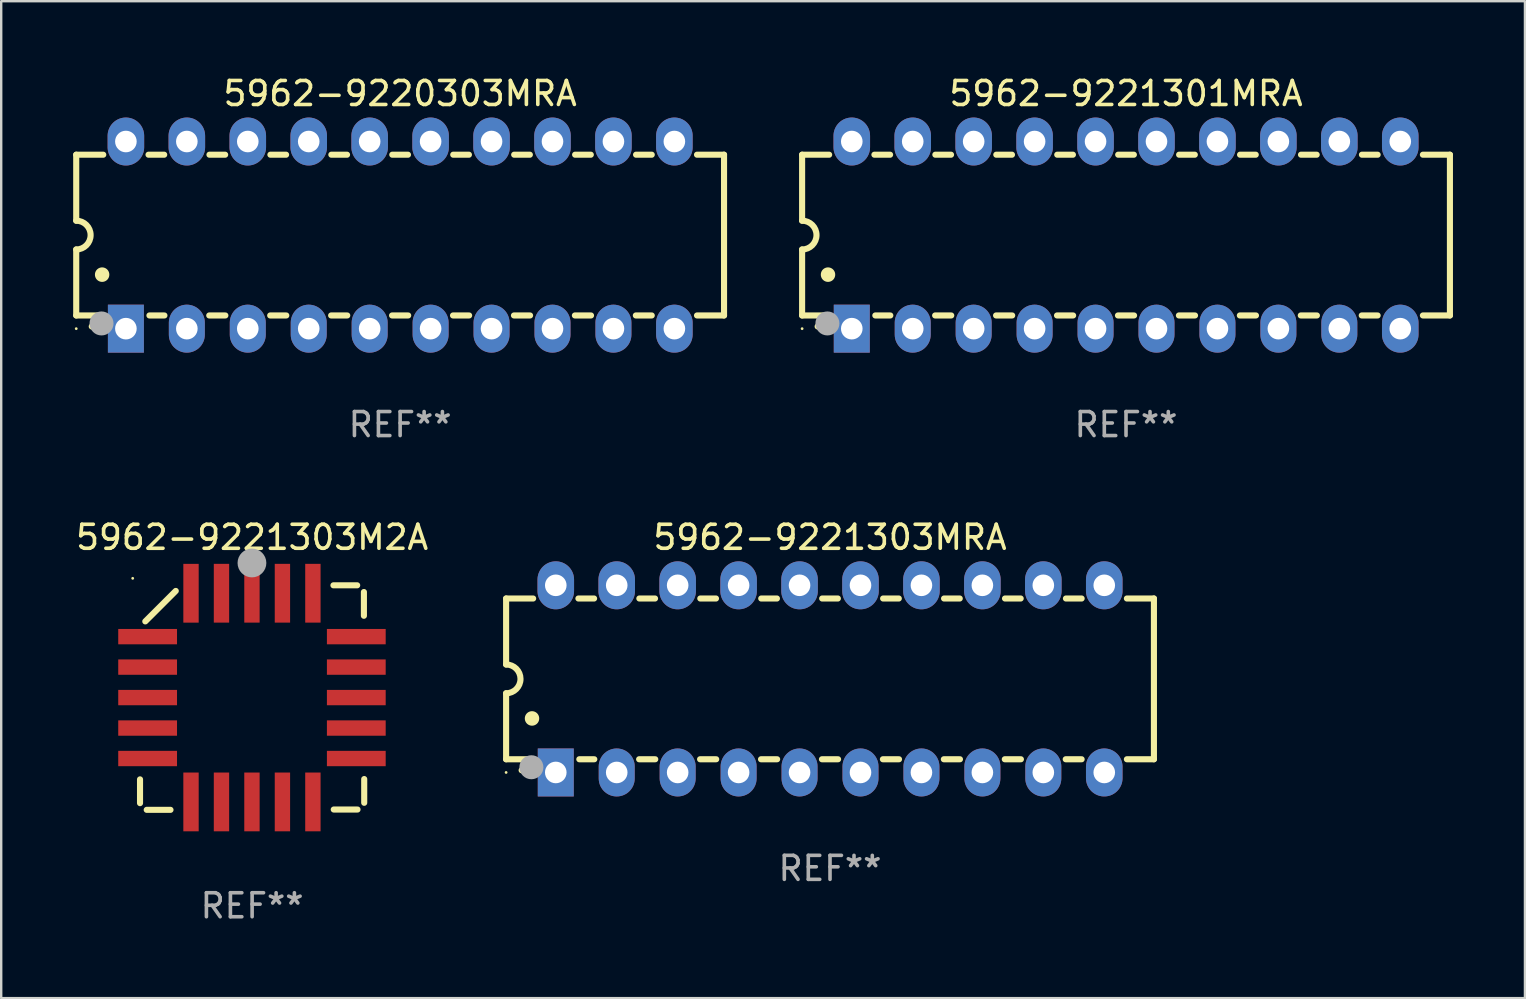
<source format=kicad_pcb>
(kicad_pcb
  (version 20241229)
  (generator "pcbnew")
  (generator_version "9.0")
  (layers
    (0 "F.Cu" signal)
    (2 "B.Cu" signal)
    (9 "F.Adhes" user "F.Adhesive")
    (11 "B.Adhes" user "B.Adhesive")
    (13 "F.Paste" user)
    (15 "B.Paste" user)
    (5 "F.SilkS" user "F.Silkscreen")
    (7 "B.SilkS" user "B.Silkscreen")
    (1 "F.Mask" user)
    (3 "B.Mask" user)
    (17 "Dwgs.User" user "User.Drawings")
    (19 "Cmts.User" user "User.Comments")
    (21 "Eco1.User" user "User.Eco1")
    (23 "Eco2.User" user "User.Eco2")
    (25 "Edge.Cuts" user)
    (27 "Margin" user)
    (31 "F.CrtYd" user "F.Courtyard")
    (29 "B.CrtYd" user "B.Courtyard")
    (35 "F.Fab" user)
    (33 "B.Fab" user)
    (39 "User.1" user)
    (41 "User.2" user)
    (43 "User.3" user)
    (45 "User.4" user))
  (footprint "5962-9221303M2A"
    (layer "F.Cu")
    (at 7.458 26.024)
    (property "Reference" "5962-9221303M2A" (at 0 -6.679 0) (layer "F.SilkS") (effects (font (size 1 1) (thickness 0.15))))
    (attr through_hole)
    (fp_line (start -4.672 4.4) (end -4.672 3.409) (stroke (width 0.254) (type solid)) (layer "F.SilkS"))
    (fp_line (start -4.452 -3.175) (end -3.182 -4.445) (stroke (width 0.254) (type solid)) (layer "F.SilkS"))
    (fp_line (start -4.393 4.679) (end -3.402 4.679) (stroke (width 0.254) (type solid)) (layer "F.SilkS"))
    (fp_line (start 4.379 -4.679) (end 3.389 -4.679) (stroke (width 0.254) (type solid)) (layer "F.SilkS"))
    (fp_line (start 4.393 4.666) (end 3.402 4.666) (stroke (width 0.254) (type solid)) (layer "F.SilkS"))
    (fp_line (start 4.659 -4.4) (end 4.659 -3.409) (stroke (width 0.254) (type solid)) (layer "F.SilkS"))
    (fp_line (start 4.672 4.386) (end 4.672 3.396) (stroke (width 0.254) (type solid)) (layer "F.SilkS"))
    (fp_arc (start 0.089827 -5.759969) (mid 0.097662 -5.803742) (end 0.120307 -5.842012) (stroke (width 0.249936) (type solid)) (layer "F.SilkS"))
    (fp_circle (center -4.977 -4.97) (end -4.947 -4.97) (stroke (width 0.06) (type solid)) (fill no) (layer "F.SilkS"))
    (fp_circle (center -0.007 -5.61) (end 0.293 -5.61) (stroke (width 0.6) (type solid)) (fill no) (layer "F.Fab"))
    (fp_text user "REF**" (at 0 8.679 0) (layer "F.Fab") (effects (font (size 1 1) (thickness 0.15))))
    (pad "1" smd rect (at -0.007 -4.349) (size 0.64 2.45) (layers "F.Cu" "F.Mask" "F.Paste"))
    (pad "2" smd rect (at -1.277 -4.349) (size 0.64 2.45) (layers "F.Cu" "F.Mask" "F.Paste"))
    (pad "3" smd rect (at -2.547 -4.348) (size 0.64 2.45) (layers "F.Cu" "F.Mask" "F.Paste"))
    (pad "4" smd rect (at -4.355 -2.54) (size 2.45 0.64) (layers "F.Cu" "F.Mask" "F.Paste"))
    (pad "5" smd rect (at -4.355 -1.27) (size 2.45 0.64) (layers "F.Cu" "F.Mask" "F.Paste"))
    (pad "6" smd rect (at -4.355 0) (size 2.45 0.64) (layers "F.Cu" "F.Mask" "F.Paste"))
    (pad "7" smd rect (at -4.355 1.27) (size 2.45 0.64) (layers "F.Cu" "F.Mask" "F.Paste"))
    (pad "8" smd rect (at -4.355 2.54) (size 2.45 0.64) (layers "F.Cu" "F.Mask" "F.Paste"))
    (pad "9" smd rect (at -2.547 4.349) (size 0.64 2.45) (layers "F.Cu" "F.Mask" "F.Paste"))
    (pad "10" smd rect (at -1.277 4.349) (size 0.64 2.45) (layers "F.Cu" "F.Mask" "F.Paste"))
    (pad "11" smd rect (at -0.007 4.349) (size 0.64 2.45) (layers "F.Cu" "F.Mask" "F.Paste"))
    (pad "12" smd rect (at 1.263 4.349) (size 0.64 2.45) (layers "F.Cu" "F.Mask" "F.Paste"))
    (pad "13" smd rect (at 2.533 4.349) (size 0.64 2.45) (layers "F.Cu" "F.Mask" "F.Paste"))
    (pad "14" smd rect (at 4.342 2.54) (size 2.45 0.64) (layers "F.Cu" "F.Mask" "F.Paste"))
    (pad "15" smd rect (at 4.342 1.27) (size 2.45 0.64) (layers "F.Cu" "F.Mask" "F.Paste"))
    (pad "16" smd rect (at 4.342 0) (size 2.45 0.64) (layers "F.Cu" "F.Mask" "F.Paste"))
    (pad "17" smd rect (at 4.342 -1.27) (size 2.45 0.64) (layers "F.Cu" "F.Mask" "F.Paste"))
    (pad "18" smd rect (at 4.342 -2.54) (size 2.45 0.64) (layers "F.Cu" "F.Mask" "F.Paste"))
    (pad "19" smd rect (at 2.533 -4.349) (size 0.64 2.45) (layers "F.Cu" "F.Mask" "F.Paste"))
    (pad "20" smd rect (at 1.263 -4.349) (size 0.64 2.45) (layers "F.Cu" "F.Mask" "F.Paste")))
  (footprint "5962-9220303MRA"
    (layer "F.Cu")
    (at 13.627 6.748)
    (property "Reference" "5962-9220303MRA" (at 0 -5.9 0) (layer "F.SilkS") (effects (font (size 1 1) (thickness 0.15))))
    (attr through_hole)
    (fp_line (start -13.5 -3.35) (end -12.373 -3.35) (stroke (width 0.254) (type solid)) (layer "F.SilkS"))
    (fp_line (start -13.5 -0.6) (end -13.5 -3.35) (stroke (width 0.254) (type solid)) (layer "F.SilkS"))
    (fp_line (start -13.5 3.35) (end -13.5 0.6) (stroke (width 0.254) (type solid)) (layer "F.SilkS"))
    (fp_line (start -13.5 3.35) (end -12.411 3.35) (stroke (width 0.254) (type solid)) (layer "F.SilkS"))
    (fp_line (start -10.487 -3.35) (end -9.833 -3.35) (stroke (width 0.254) (type solid)) (layer "F.SilkS"))
    (fp_line (start -10.449 3.35) (end -9.824 3.35) (stroke (width 0.254) (type solid)) (layer "F.SilkS"))
    (fp_line (start -7.956 3.35) (end -7.284 3.35) (stroke (width 0.254) (type solid)) (layer "F.SilkS"))
    (fp_line (start -7.947 -3.35) (end -7.293 -3.35) (stroke (width 0.254) (type solid)) (layer "F.SilkS"))
    (fp_line (start -5.416 3.35) (end -4.744 3.35) (stroke (width 0.254) (type solid)) (layer "F.SilkS"))
    (fp_line (start -5.407 -3.35) (end -4.753 -3.35) (stroke (width 0.254) (type solid)) (layer "F.SilkS"))
    (fp_line (start -2.876 3.35) (end -2.204 3.35) (stroke (width 0.254) (type solid)) (layer "F.SilkS"))
    (fp_line (start -2.867 -3.35) (end -2.213 -3.35) (stroke (width 0.254) (type solid)) (layer "F.SilkS"))
    (fp_line (start -0.336 3.35) (end 0.336 3.35) (stroke (width 0.254) (type solid)) (layer "F.SilkS"))
    (fp_line (start -0.327 -3.35) (end 0.327 -3.35) (stroke (width 0.254) (type solid)) (layer "F.SilkS"))
    (fp_line (start 2.204 3.35) (end 2.876 3.35) (stroke (width 0.254) (type solid)) (layer "F.SilkS"))
    (fp_line (start 2.213 -3.35) (end 2.867 -3.35) (stroke (width 0.254) (type solid)) (layer "F.SilkS"))
    (fp_line (start 4.744 3.35) (end 5.416 3.35) (stroke (width 0.254) (type solid)) (layer "F.SilkS"))
    (fp_line (start 4.753 -3.35) (end 5.407 -3.35) (stroke (width 0.254) (type solid)) (layer "F.SilkS"))
    (fp_line (start 7.284 3.35) (end 7.956 3.35) (stroke (width 0.254) (type solid)) (layer "F.SilkS"))
    (fp_line (start 7.293 -3.35) (end 7.947 -3.35) (stroke (width 0.254) (type solid)) (layer "F.SilkS"))
    (fp_line (start 9.824 3.35) (end 10.487 3.35) (stroke (width 0.254) (type solid)) (layer "F.SilkS"))
    (fp_line (start 9.833 -3.35) (end 10.487 -3.35) (stroke (width 0.254) (type solid)) (layer "F.SilkS"))
    (fp_line (start 12.373 -3.35) (end 13.5 -3.35) (stroke (width 0.254) (type solid)) (layer "F.SilkS"))
    (fp_line (start 12.373 3.35) (end 13.5 3.35) (stroke (width 0.254) (type solid)) (layer "F.SilkS"))
    (fp_line (start 13.5 -3.35) (end 13.5 3.35) (stroke (width 0.254) (type solid)) (layer "F.SilkS"))
    (fp_arc (start -13.500127 -0.599442) (mid -12.900406 0.000228) (end -13.500025 0.6) (stroke (width 0.254001) (type solid)) (layer "F.SilkS"))
    (fp_arc (start -12.854966 3.810008) (mid -12.854973 3.808738) (end -12.854966 3.807468) (stroke (width 0.25) (type solid)) (layer "F.SilkS"))
    (fp_arc (start -12.420625 1.651003) (mid -12.420636 1.648463) (end -12.420625 1.645923) (stroke (width 0.6) (type solid)) (layer "F.SilkS"))
    (fp_circle (center -13.5 3.9) (end -13.47 3.9) (stroke (width 0.06) (type solid)) (fill no) (layer "F.SilkS"))
    (fp_circle (center -12.446 3.683) (end -12.196 3.683) (stroke (width 0.5) (type solid)) (fill no) (layer "F.Fab"))
    (fp_text user "REF**" (at 0 7.9 0) (layer "F.Fab") (effects (font (size 1 1) (thickness 0.15))))
    (pad "1" thru_hole rect (at -11.43 3.9 90) (size 2 1.5) (drill 0.9) (layers "*.Cu" "*.Mask"))
    (pad "2" thru_hole oval (at -8.89 3.9 90) (size 2 1.5) (drill 0.9) (layers "*.Cu" "*.Mask"))
    (pad "3" thru_hole oval (at -6.35 3.9 90) (size 2 1.5) (drill 0.9) (layers "*.Cu" "*.Mask"))
    (pad "4" thru_hole oval (at -3.81 3.9 90) (size 2 1.5) (drill 0.9) (layers "*.Cu" "*.Mask"))
    (pad "5" thru_hole oval (at -1.27 3.9 90) (size 2 1.5) (drill 0.9) (layers "*.Cu" "*.Mask"))
    (pad "6" thru_hole oval (at 1.27 3.9 90) (size 2 1.5) (drill 0.9) (layers "*.Cu" "*.Mask"))
    (pad "7" thru_hole oval (at 3.81 3.9 90) (size 2 1.5) (drill 0.9) (layers "*.Cu" "*.Mask"))
    (pad "8" thru_hole oval (at 6.35 3.9 90) (size 2 1.5) (drill 0.9) (layers "*.Cu" "*.Mask"))
    (pad "9" thru_hole oval (at 8.89 3.9 90) (size 2 1.5) (drill 0.9) (layers "*.Cu" "*.Mask"))
    (pad "10" thru_hole oval (at 11.43 3.9 90) (size 2 1.524) (drill 0.9) (layers "*.Cu" "*.Mask"))
    (pad "11" thru_hole oval (at 11.43 -3.9 90) (size 2 1.524) (drill 0.9) (layers "*.Cu" "*.Mask"))
    (pad "12" thru_hole oval (at 8.89 -3.9 90) (size 2 1.524) (drill 0.9) (layers "*.Cu" "*.Mask"))
    (pad "13" thru_hole oval (at 6.35 -3.9 90) (size 2 1.524) (drill 0.9) (layers "*.Cu" "*.Mask"))
    (pad "14" thru_hole oval (at 3.81 -3.9 90) (size 2 1.524) (drill 0.9) (layers "*.Cu" "*.Mask"))
    (pad "15" thru_hole oval (at 1.27 -3.9 90) (size 2 1.524) (drill 0.9) (layers "*.Cu" "*.Mask"))
    (pad "16" thru_hole oval (at -1.27 -3.9 90) (size 2 1.524) (drill 0.9) (layers "*.Cu" "*.Mask"))
    (pad "17" thru_hole oval (at -3.81 -3.9 90) (size 2 1.524) (drill 0.9) (layers "*.Cu" "*.Mask"))
    (pad "18" thru_hole oval (at -6.35 -3.9 90) (size 2 1.524) (drill 0.9) (layers "*.Cu" "*.Mask"))
    (pad "19" thru_hole oval (at -8.89 -3.9 90) (size 2 1.524) (drill 0.9) (layers "*.Cu" "*.Mask"))
    (pad "20" thru_hole oval (at -11.43 -3.9 90) (size 2 1.524) (drill 0.9) (layers "*.Cu" "*.Mask")))
  (footprint "5962-9221303MRA"
    (layer "F.Cu")
    (at 31.544 25.245)
    (property "Reference" "5962-9221303MRA" (at 0 -5.9 0) (layer "F.SilkS") (effects (font (size 1 1) (thickness 0.15))))
    (attr through_hole)
    (fp_line (start -13.5 -3.35) (end -12.373 -3.35) (stroke (width 0.254) (type solid)) (layer "F.SilkS"))
    (fp_line (start -13.5 -0.6) (end -13.5 -3.35) (stroke (width 0.254) (type solid)) (layer "F.SilkS"))
    (fp_line (start -13.5 3.35) (end -13.5 0.6) (stroke (width 0.254) (type solid)) (layer "F.SilkS"))
    (fp_line (start -13.5 3.35) (end -12.411 3.35) (stroke (width 0.254) (type solid)) (layer "F.SilkS"))
    (fp_line (start -10.487 -3.35) (end -9.833 -3.35) (stroke (width 0.254) (type solid)) (layer "F.SilkS"))
    (fp_line (start -10.449 3.35) (end -9.824 3.35) (stroke (width 0.254) (type solid)) (layer "F.SilkS"))
    (fp_line (start -7.956 3.35) (end -7.284 3.35) (stroke (width 0.254) (type solid)) (layer "F.SilkS"))
    (fp_line (start -7.947 -3.35) (end -7.293 -3.35) (stroke (width 0.254) (type solid)) (layer "F.SilkS"))
    (fp_line (start -5.416 3.35) (end -4.744 3.35) (stroke (width 0.254) (type solid)) (layer "F.SilkS"))
    (fp_line (start -5.407 -3.35) (end -4.753 -3.35) (stroke (width 0.254) (type solid)) (layer "F.SilkS"))
    (fp_line (start -2.876 3.35) (end -2.204 3.35) (stroke (width 0.254) (type solid)) (layer "F.SilkS"))
    (fp_line (start -2.867 -3.35) (end -2.213 -3.35) (stroke (width 0.254) (type solid)) (layer "F.SilkS"))
    (fp_line (start -0.336 3.35) (end 0.336 3.35) (stroke (width 0.254) (type solid)) (layer "F.SilkS"))
    (fp_line (start -0.327 -3.35) (end 0.327 -3.35) (stroke (width 0.254) (type solid)) (layer "F.SilkS"))
    (fp_line (start 2.204 3.35) (end 2.876 3.35) (stroke (width 0.254) (type solid)) (layer "F.SilkS"))
    (fp_line (start 2.213 -3.35) (end 2.867 -3.35) (stroke (width 0.254) (type solid)) (layer "F.SilkS"))
    (fp_line (start 4.744 3.35) (end 5.416 3.35) (stroke (width 0.254) (type solid)) (layer "F.SilkS"))
    (fp_line (start 4.753 -3.35) (end 5.407 -3.35) (stroke (width 0.254) (type solid)) (layer "F.SilkS"))
    (fp_line (start 7.284 3.35) (end 7.956 3.35) (stroke (width 0.254) (type solid)) (layer "F.SilkS"))
    (fp_line (start 7.293 -3.35) (end 7.947 -3.35) (stroke (width 0.254) (type solid)) (layer "F.SilkS"))
    (fp_line (start 9.824 3.35) (end 10.487 3.35) (stroke (width 0.254) (type solid)) (layer "F.SilkS"))
    (fp_line (start 9.833 -3.35) (end 10.487 -3.35) (stroke (width 0.254) (type solid)) (layer "F.SilkS"))
    (fp_line (start 12.373 -3.35) (end 13.5 -3.35) (stroke (width 0.254) (type solid)) (layer "F.SilkS"))
    (fp_line (start 12.373 3.35) (end 13.5 3.35) (stroke (width 0.254) (type solid)) (layer "F.SilkS"))
    (fp_line (start 13.5 -3.35) (end 13.5 3.35) (stroke (width 0.254) (type solid)) (layer "F.SilkS"))
    (fp_arc (start -13.500127 -0.599442) (mid -12.900406 0.000228) (end -13.500025 0.6) (stroke (width 0.254001) (type solid)) (layer "F.SilkS"))
    (fp_arc (start -12.854966 3.810008) (mid -12.854973 3.808738) (end -12.854966 3.807468) (stroke (width 0.25) (type solid)) (layer "F.SilkS"))
    (fp_arc (start -12.420625 1.651003) (mid -12.420636 1.648463) (end -12.420625 1.645923) (stroke (width 0.6) (type solid)) (layer "F.SilkS"))
    (fp_circle (center -13.5 3.9) (end -13.47 3.9) (stroke (width 0.06) (type solid)) (fill no) (layer "F.SilkS"))
    (fp_circle (center -12.446 3.683) (end -12.196 3.683) (stroke (width 0.5) (type solid)) (fill no) (layer "F.Fab"))
    (fp_text user "REF**" (at 0 7.9 0) (layer "F.Fab") (effects (font (size 1 1) (thickness 0.15))))
    (pad "1" thru_hole rect (at -11.43 3.9 90) (size 2 1.5) (drill 0.9) (layers "*.Cu" "*.Mask"))
    (pad "2" thru_hole oval (at -8.89 3.9 90) (size 2 1.5) (drill 0.9) (layers "*.Cu" "*.Mask"))
    (pad "3" thru_hole oval (at -6.35 3.9 90) (size 2 1.5) (drill 0.9) (layers "*.Cu" "*.Mask"))
    (pad "4" thru_hole oval (at -3.81 3.9 90) (size 2 1.5) (drill 0.9) (layers "*.Cu" "*.Mask"))
    (pad "5" thru_hole oval (at -1.27 3.9 90) (size 2 1.5) (drill 0.9) (layers "*.Cu" "*.Mask"))
    (pad "6" thru_hole oval (at 1.27 3.9 90) (size 2 1.5) (drill 0.9) (layers "*.Cu" "*.Mask"))
    (pad "7" thru_hole oval (at 3.81 3.9 90) (size 2 1.5) (drill 0.9) (layers "*.Cu" "*.Mask"))
    (pad "8" thru_hole oval (at 6.35 3.9 90) (size 2 1.5) (drill 0.9) (layers "*.Cu" "*.Mask"))
    (pad "9" thru_hole oval (at 8.89 3.9 90) (size 2 1.5) (drill 0.9) (layers "*.Cu" "*.Mask"))
    (pad "10" thru_hole oval (at 11.43 3.9 90) (size 2 1.524) (drill 0.9) (layers "*.Cu" "*.Mask"))
    (pad "11" thru_hole oval (at 11.43 -3.9 90) (size 2 1.524) (drill 0.9) (layers "*.Cu" "*.Mask"))
    (pad "12" thru_hole oval (at 8.89 -3.9 90) (size 2 1.524) (drill 0.9) (layers "*.Cu" "*.Mask"))
    (pad "13" thru_hole oval (at 6.35 -3.9 90) (size 2 1.524) (drill 0.9) (layers "*.Cu" "*.Mask"))
    (pad "14" thru_hole oval (at 3.81 -3.9 90) (size 2 1.524) (drill 0.9) (layers "*.Cu" "*.Mask"))
    (pad "15" thru_hole oval (at 1.27 -3.9 90) (size 2 1.524) (drill 0.9) (layers "*.Cu" "*.Mask"))
    (pad "16" thru_hole oval (at -1.27 -3.9 90) (size 2 1.524) (drill 0.9) (layers "*.Cu" "*.Mask"))
    (pad "17" thru_hole oval (at -3.81 -3.9 90) (size 2 1.524) (drill 0.9) (layers "*.Cu" "*.Mask"))
    (pad "18" thru_hole oval (at -6.35 -3.9 90) (size 2 1.524) (drill 0.9) (layers "*.Cu" "*.Mask"))
    (pad "19" thru_hole oval (at -8.89 -3.9 90) (size 2 1.524) (drill 0.9) (layers "*.Cu" "*.Mask"))
    (pad "20" thru_hole oval (at -11.43 -3.9 90) (size 2 1.524) (drill 0.9) (layers "*.Cu" "*.Mask")))
  (footprint "5962-9221301MRA"
    (layer "F.Cu")
    (at 43.881 6.748)
    (property "Reference" "5962-9221301MRA" (at 0 -5.9 0) (layer "F.SilkS") (effects (font (size 1 1) (thickness 0.15))))
    (attr through_hole)
    (fp_line (start -13.5 -3.35) (end -12.373 -3.35) (stroke (width 0.254) (type solid)) (layer "F.SilkS"))
    (fp_line (start -13.5 -0.6) (end -13.5 -3.35) (stroke (width 0.254) (type solid)) (layer "F.SilkS"))
    (fp_line (start -13.5 3.35) (end -13.5 0.6) (stroke (width 0.254) (type solid)) (layer "F.SilkS"))
    (fp_line (start -13.5 3.35) (end -12.411 3.35) (stroke (width 0.254) (type solid)) (layer "F.SilkS"))
    (fp_line (start -10.487 -3.35) (end -9.833 -3.35) (stroke (width 0.254) (type solid)) (layer "F.SilkS"))
    (fp_line (start -10.449 3.35) (end -9.824 3.35) (stroke (width 0.254) (type solid)) (layer "F.SilkS"))
    (fp_line (start -7.956 3.35) (end -7.284 3.35) (stroke (width 0.254) (type solid)) (layer "F.SilkS"))
    (fp_line (start -7.947 -3.35) (end -7.293 -3.35) (stroke (width 0.254) (type solid)) (layer "F.SilkS"))
    (fp_line (start -5.416 3.35) (end -4.744 3.35) (stroke (width 0.254) (type solid)) (layer "F.SilkS"))
    (fp_line (start -5.407 -3.35) (end -4.753 -3.35) (stroke (width 0.254) (type solid)) (layer "F.SilkS"))
    (fp_line (start -2.876 3.35) (end -2.204 3.35) (stroke (width 0.254) (type solid)) (layer "F.SilkS"))
    (fp_line (start -2.867 -3.35) (end -2.213 -3.35) (stroke (width 0.254) (type solid)) (layer "F.SilkS"))
    (fp_line (start -0.336 3.35) (end 0.336 3.35) (stroke (width 0.254) (type solid)) (layer "F.SilkS"))
    (fp_line (start -0.327 -3.35) (end 0.327 -3.35) (stroke (width 0.254) (type solid)) (layer "F.SilkS"))
    (fp_line (start 2.204 3.35) (end 2.876 3.35) (stroke (width 0.254) (type solid)) (layer "F.SilkS"))
    (fp_line (start 2.213 -3.35) (end 2.867 -3.35) (stroke (width 0.254) (type solid)) (layer "F.SilkS"))
    (fp_line (start 4.744 3.35) (end 5.416 3.35) (stroke (width 0.254) (type solid)) (layer "F.SilkS"))
    (fp_line (start 4.753 -3.35) (end 5.407 -3.35) (stroke (width 0.254) (type solid)) (layer "F.SilkS"))
    (fp_line (start 7.284 3.35) (end 7.956 3.35) (stroke (width 0.254) (type solid)) (layer "F.SilkS"))
    (fp_line (start 7.293 -3.35) (end 7.947 -3.35) (stroke (width 0.254) (type solid)) (layer "F.SilkS"))
    (fp_line (start 9.824 3.35) (end 10.487 3.35) (stroke (width 0.254) (type solid)) (layer "F.SilkS"))
    (fp_line (start 9.833 -3.35) (end 10.487 -3.35) (stroke (width 0.254) (type solid)) (layer "F.SilkS"))
    (fp_line (start 12.373 -3.35) (end 13.5 -3.35) (stroke (width 0.254) (type solid)) (layer "F.SilkS"))
    (fp_line (start 12.373 3.35) (end 13.5 3.35) (stroke (width 0.254) (type solid)) (layer "F.SilkS"))
    (fp_line (start 13.5 -3.35) (end 13.5 3.35) (stroke (width 0.254) (type solid)) (layer "F.SilkS"))
    (fp_arc (start -13.500127 -0.599442) (mid -12.900406 0.000228) (end -13.500025 0.6) (stroke (width 0.254001) (type solid)) (layer "F.SilkS"))
    (fp_arc (start -12.854966 3.810008) (mid -12.854973 3.808738) (end -12.854966 3.807468) (stroke (width 0.25) (type solid)) (layer "F.SilkS"))
    (fp_arc (start -12.420625 1.651003) (mid -12.420636 1.648463) (end -12.420625 1.645923) (stroke (width 0.6) (type solid)) (layer "F.SilkS"))
    (fp_circle (center -13.5 3.9) (end -13.47 3.9) (stroke (width 0.06) (type solid)) (fill no) (layer "F.SilkS"))
    (fp_circle (center -12.446 3.683) (end -12.196 3.683) (stroke (width 0.5) (type solid)) (fill no) (layer "F.Fab"))
    (fp_text user "REF**" (at 0 7.9 0) (layer "F.Fab") (effects (font (size 1 1) (thickness 0.15))))
    (pad "1" thru_hole rect (at -11.43 3.9 90) (size 2 1.5) (drill 0.9) (layers "*.Cu" "*.Mask"))
    (pad "2" thru_hole oval (at -8.89 3.9 90) (size 2 1.5) (drill 0.9) (layers "*.Cu" "*.Mask"))
    (pad "3" thru_hole oval (at -6.35 3.9 90) (size 2 1.5) (drill 0.9) (layers "*.Cu" "*.Mask"))
    (pad "4" thru_hole oval (at -3.81 3.9 90) (size 2 1.5) (drill 0.9) (layers "*.Cu" "*.Mask"))
    (pad "5" thru_hole oval (at -1.27 3.9 90) (size 2 1.5) (drill 0.9) (layers "*.Cu" "*.Mask"))
    (pad "6" thru_hole oval (at 1.27 3.9 90) (size 2 1.5) (drill 0.9) (layers "*.Cu" "*.Mask"))
    (pad "7" thru_hole oval (at 3.81 3.9 90) (size 2 1.5) (drill 0.9) (layers "*.Cu" "*.Mask"))
    (pad "8" thru_hole oval (at 6.35 3.9 90) (size 2 1.5) (drill 0.9) (layers "*.Cu" "*.Mask"))
    (pad "9" thru_hole oval (at 8.89 3.9 90) (size 2 1.5) (drill 0.9) (layers "*.Cu" "*.Mask"))
    (pad "10" thru_hole oval (at 11.43 3.9 90) (size 2 1.524) (drill 0.9) (layers "*.Cu" "*.Mask"))
    (pad "11" thru_hole oval (at 11.43 -3.9 90) (size 2 1.524) (drill 0.9) (layers "*.Cu" "*.Mask"))
    (pad "12" thru_hole oval (at 8.89 -3.9 90) (size 2 1.524) (drill 0.9) (layers "*.Cu" "*.Mask"))
    (pad "13" thru_hole oval (at 6.35 -3.9 90) (size 2 1.524) (drill 0.9) (layers "*.Cu" "*.Mask"))
    (pad "14" thru_hole oval (at 3.81 -3.9 90) (size 2 1.524) (drill 0.9) (layers "*.Cu" "*.Mask"))
    (pad "15" thru_hole oval (at 1.27 -3.9 90) (size 2 1.524) (drill 0.9) (layers "*.Cu" "*.Mask"))
    (pad "16" thru_hole oval (at -1.27 -3.9 90) (size 2 1.524) (drill 0.9) (layers "*.Cu" "*.Mask"))
    (pad "17" thru_hole oval (at -3.81 -3.9 90) (size 2 1.524) (drill 0.9) (layers "*.Cu" "*.Mask"))
    (pad "18" thru_hole oval (at -6.35 -3.9 90) (size 2 1.524) (drill 0.9) (layers "*.Cu" "*.Mask"))
    (pad "19" thru_hole oval (at -8.89 -3.9 90) (size 2 1.524) (drill 0.9) (layers "*.Cu" "*.Mask"))
    (pad "20" thru_hole oval (at -11.43 -3.9 90) (size 2 1.524) (drill 0.9) (layers "*.Cu" "*.Mask")))
  (gr_rect
    (start -3 -3)
    (end 60.508 38.551)
    (stroke (width 0.1) (type default))
    (fill no)
    (layer "Edge.Cuts")))
</source>
